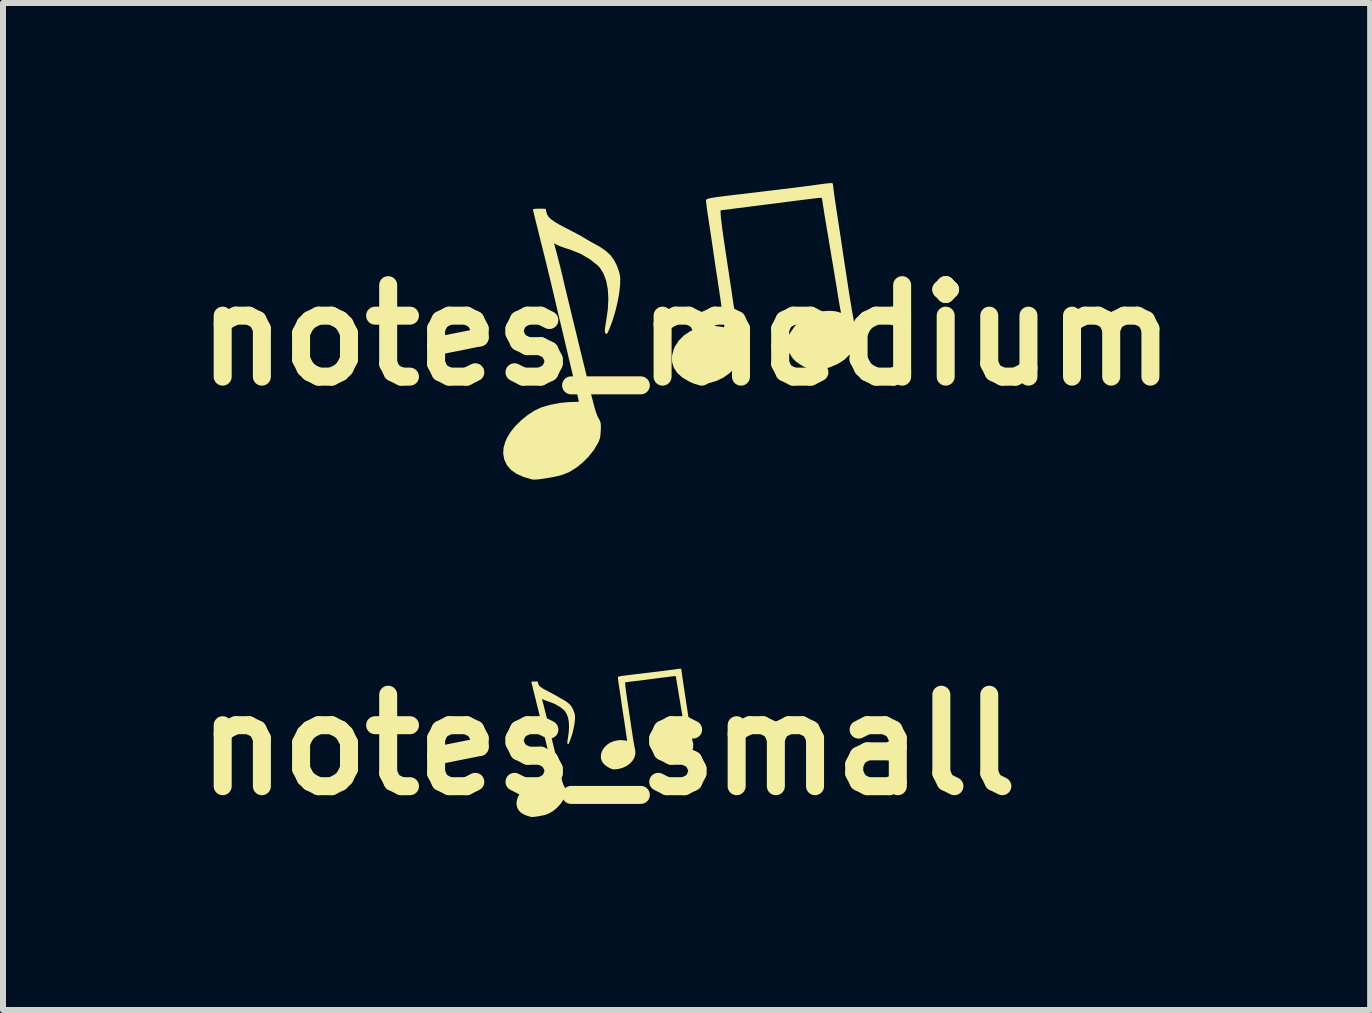
<source format=kicad_pcb>
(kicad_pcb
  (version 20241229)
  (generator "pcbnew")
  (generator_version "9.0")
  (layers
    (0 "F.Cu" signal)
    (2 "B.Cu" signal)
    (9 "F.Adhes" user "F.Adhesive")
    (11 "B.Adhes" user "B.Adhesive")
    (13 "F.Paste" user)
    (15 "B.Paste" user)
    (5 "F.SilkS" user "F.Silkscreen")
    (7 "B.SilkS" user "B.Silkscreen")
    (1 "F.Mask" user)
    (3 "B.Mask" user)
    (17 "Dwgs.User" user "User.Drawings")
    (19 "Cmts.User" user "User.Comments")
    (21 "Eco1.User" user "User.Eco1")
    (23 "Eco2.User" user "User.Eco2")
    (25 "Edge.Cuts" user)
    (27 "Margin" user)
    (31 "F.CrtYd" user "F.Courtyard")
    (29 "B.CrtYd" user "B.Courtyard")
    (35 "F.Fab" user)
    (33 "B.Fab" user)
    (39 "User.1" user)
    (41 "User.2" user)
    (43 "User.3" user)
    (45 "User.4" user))
  (footprint "notes_small"
    (layer "F.Cu")
    (at 7.083 9.36)
    (property "Reference" "notes_small" (at 0 0 0) (layer "F.SilkS") (effects (font (size 1.524 1.524) (thickness 0.3))))
    (attr board_only exclude_from_pos_files exclude_from_bom)
    (fp_poly (pts (xy -1.226 -1.054) (xy -1.173 -1.054) (xy -1.167 -1.023) (xy -1.161 -1.004) (xy -1.149 -0.986) (xy -1.129 -0.967) (xy -1.101 -0.946) (xy -1.062 -0.923) (xy -1.012 -0.897) (xy -0.998 -0.889) (xy -0.958 -0.869) (xy -0.921 -0.849) (xy -0.888 -0.831) (xy -0.864 -0.818) (xy -0.857 -0.813) (xy -0.828 -0.796) (xy -0.796 -0.778) (xy -0.78 -0.769) (xy -0.72 -0.735) (xy -0.672 -0.702) (xy -0.634 -0.667) (xy -0.605 -0.628) (xy -0.581 -0.582) (xy -0.566 -0.541) (xy -0.558 -0.515) (xy -0.554 -0.493) (xy -0.552 -0.468) (xy -0.553 -0.437) (xy -0.554 -0.414) (xy -0.561 -0.351) (xy -0.574 -0.28) (xy -0.591 -0.206) (xy -0.613 -0.134) (xy -0.629 -0.088) (xy -0.643 -0.053) (xy -0.653 -0.029) (xy -0.66 -0.016) (xy -0.666 -0.011) (xy -0.672 -0.013) (xy -0.676 -0.018) (xy -0.68 -0.025) (xy -0.681 -0.038) (xy -0.679 -0.057) (xy -0.675 -0.087) (xy -0.669 -0.123) (xy -0.656 -0.218) (xy -0.652 -0.306) (xy -0.656 -0.385) (xy -0.669 -0.454) (xy -0.691 -0.513) (xy -0.722 -0.562) (xy -0.74 -0.582) (xy -0.806 -0.634) (xy -0.883 -0.678) (xy -0.969 -0.713) (xy -0.993 -0.721) (xy -1.024 -0.731) (xy -1.054 -0.742) (xy -1.076 -0.751) (xy -1.076 -0.751) (xy -1.104 -0.766) (xy -1.099 -0.749) (xy -1.095 -0.734) (xy -1.088 -0.708) (xy -1.079 -0.674) (xy -1.069 -0.635) (xy -1.059 -0.594) (xy -1.049 -0.554) (xy -1.04 -0.519) (xy -1.033 -0.491) (xy -1.029 -0.474) (xy -1.028 -0.467) (xy -1.025 -0.456) (xy -1.022 -0.443) (xy -1.018 -0.424) (xy -1.012 -0.4) (xy -1.005 -0.369) (xy -0.995 -0.331) (xy -0.984 -0.284) (xy -0.97 -0.227) (xy -0.954 -0.159) (xy -0.935 -0.08) (xy -0.912 0.012) (xy -0.901 0.059) (xy -0.875 0.164) (xy -0.853 0.256) (xy -0.833 0.336) (xy -0.816 0.405) (xy -0.802 0.463) (xy -0.79 0.512) (xy -0.779 0.552) (xy -0.771 0.585) (xy -0.764 0.611) (xy -0.757 0.632) (xy -0.752 0.648) (xy -0.748 0.661) (xy -0.743 0.671) (xy -0.739 0.679) (xy -0.735 0.687) (xy -0.734 0.688) (xy -0.723 0.709) (xy -0.717 0.726) (xy -0.714 0.744) (xy -0.714 0.768) (xy -0.714 0.792) (xy -0.717 0.829) (xy -0.722 0.857) (xy -0.73 0.881) (xy -0.737 0.897) (xy -0.772 0.955) (xy -0.816 1.011) (xy -0.867 1.062) (xy -0.922 1.106) (xy -0.979 1.14) (xy -1.035 1.163) (xy -1.037 1.164) (xy -1.073 1.173) (xy -1.113 1.181) (xy -1.156 1.189) (xy -1.198 1.196) (xy -1.235 1.2) (xy -1.264 1.203) (xy -1.282 1.202) (xy -1.283 1.202) (xy -1.356 1.181) (xy -1.416 1.154) (xy -1.463 1.121) (xy -1.497 1.082) (xy -1.518 1.036) (xy -1.519 1.033) (xy -1.527 0.985) (xy -1.524 0.938) (xy -1.51 0.886) (xy -1.495 0.854) (xy -1.466 0.805) (xy -1.426 0.756) (xy -1.377 0.708) (xy -1.323 0.665) (xy -1.268 0.629) (xy -1.214 0.603) (xy -1.205 0.6) (xy -1.135 0.579) (xy -1.06 0.565) (xy -0.987 0.557) (xy -0.962 0.556) (xy -0.933 0.556) (xy -0.911 0.554) (xy -0.899 0.552) (xy -0.897 0.552) (xy -0.899 0.543) (xy -0.904 0.521) (xy -0.912 0.485) (xy -0.923 0.436) (xy -0.938 0.374) (xy -0.955 0.301) (xy -0.975 0.215) (xy -0.998 0.118) (xy -1.018 0.033) (xy -1.034 -0.032) (xy -1.051 -0.104) (xy -1.068 -0.178) (xy -1.085 -0.25) (xy -1.1 -0.315) (xy -1.107 -0.342) (xy -1.119 -0.393) (xy -1.134 -0.456) (xy -1.151 -0.526) (xy -1.169 -0.6) (xy -1.188 -0.674) (xy -1.206 -0.747) (xy -1.214 -0.78) (xy -1.229 -0.84) (xy -1.243 -0.895) (xy -1.255 -0.945) (xy -1.265 -0.986) (xy -1.273 -1.018) (xy -1.278 -1.04) (xy -1.28 -1.048) (xy -1.28 -1.048) (xy -1.273 -1.052) (xy -1.255 -1.054) (xy -1.23 -1.055)) (stroke (width 0) (type solid)) (fill yes) (layer "F.SilkS"))
    (fp_poly (pts (xy 1.215 -1.268) (xy 1.219 -1.258) (xy 1.221 -1.247) (xy 1.222 -1.235) (xy 1.225 -1.211) (xy 1.23 -1.177) (xy 1.236 -1.135) (xy 1.243 -1.086) (xy 1.25 -1.04) (xy 1.257 -0.992) (xy 1.266 -0.933) (xy 1.276 -0.864) (xy 1.288 -0.788) (xy 1.3 -0.708) (xy 1.313 -0.625) (xy 1.325 -0.543) (xy 1.334 -0.482) (xy 1.345 -0.408) (xy 1.357 -0.338) (xy 1.367 -0.272) (xy 1.377 -0.213) (xy 1.386 -0.162) (xy 1.394 -0.12) (xy 1.4 -0.089) (xy 1.404 -0.071) (xy 1.405 -0.07) (xy 1.418 -0.014) (xy 1.417 0.037) (xy 1.404 0.087) (xy 1.398 0.099) (xy 1.364 0.155) (xy 1.318 0.201) (xy 1.261 0.239) (xy 1.192 0.268) (xy 1.185 0.27) (xy 1.15 0.28) (xy 1.122 0.285) (xy 1.094 0.286) (xy 1.067 0.285) (xy 1.034 0.282) (xy 1.01 0.276) (xy 0.986 0.267) (xy 0.957 0.251) (xy 0.912 0.22) (xy 0.879 0.186) (xy 0.858 0.146) (xy 0.845 0.097) (xy 0.842 0.076) (xy 0.84 0.051) (xy 0.841 0.032) (xy 0.847 0.014) (xy 0.859 -0.011) (xy 0.861 -0.016) (xy 0.9 -0.074) (xy 0.949 -0.122) (xy 1.008 -0.16) (xy 1.076 -0.187) (xy 1.11 -0.196) (xy 1.151 -0.201) (xy 1.192 -0.203) (xy 1.231 -0.201) (xy 1.262 -0.195) (xy 1.274 -0.19) (xy 1.285 -0.186) (xy 1.286 -0.192) (xy 1.284 -0.2) (xy 1.281 -0.213) (xy 1.277 -0.238) (xy 1.271 -0.271) (xy 1.265 -0.308) (xy 1.265 -0.313) (xy 1.26 -0.34) (xy 1.254 -0.379) (xy 1.245 -0.43) (xy 1.236 -0.488) (xy 1.225 -0.554) (xy 1.213 -0.624) (xy 1.201 -0.697) (xy 1.191 -0.757) (xy 1.179 -0.828) (xy 1.168 -0.894) (xy 1.158 -0.956) (xy 1.149 -1.01) (xy 1.141 -1.056) (xy 1.136 -1.091) (xy 1.132 -1.116) (xy 1.13 -1.127) (xy 1.13 -1.127) (xy 1.129 -1.139) (xy 1.124 -1.144) (xy 1.112 -1.145) (xy 1.09 -1.143) (xy 1.088 -1.143) (xy 1.073 -1.141) (xy 1.045 -1.138) (xy 1.006 -1.133) (xy 0.956 -1.126) (xy 0.898 -1.119) (xy 0.833 -1.111) (xy 0.763 -1.102) (xy 0.689 -1.092) (xy 0.666 -1.089) (xy 0.283 -1.041) (xy 0.285 -0.996) (xy 0.286 -0.979) (xy 0.29 -0.949) (xy 0.295 -0.908) (xy 0.302 -0.859) (xy 0.31 -0.803) (xy 0.318 -0.743) (xy 0.327 -0.688) (xy 0.338 -0.615) (xy 0.349 -0.537) (xy 0.362 -0.457) (xy 0.373 -0.378) (xy 0.384 -0.305) (xy 0.394 -0.242) (xy 0.397 -0.221) (xy 0.406 -0.164) (xy 0.414 -0.109) (xy 0.423 -0.057) (xy 0.431 -0.013) (xy 0.437 0.022) (xy 0.442 0.044) (xy 0.452 0.097) (xy 0.454 0.143) (xy 0.446 0.185) (xy 0.432 0.222) (xy 0.402 0.271) (xy 0.36 0.315) (xy 0.307 0.352) (xy 0.248 0.381) (xy 0.182 0.4) (xy 0.132 0.408) (xy 0.105 0.409) (xy 0.085 0.409) (xy 0.067 0.405) (xy 0.045 0.396) (xy 0.018 0.384) (xy -0.036 0.351) (xy -0.078 0.313) (xy -0.106 0.27) (xy -0.121 0.223) (xy -0.121 0.173) (xy -0.108 0.119) (xy -0.098 0.097) (xy -0.065 0.045) (xy -0.022 0.002) (xy 0.03 -0.034) (xy 0.09 -0.059) (xy 0.154 -0.075) (xy 0.22 -0.079) (xy 0.287 -0.071) (xy 0.297 -0.069) (xy 0.31 -0.067) (xy 0.315 -0.071) (xy 0.314 -0.086) (xy 0.313 -0.089) (xy 0.311 -0.104) (xy 0.307 -0.13) (xy 0.302 -0.166) (xy 0.295 -0.209) (xy 0.289 -0.256) (xy 0.287 -0.268) (xy 0.279 -0.32) (xy 0.272 -0.371) (xy 0.265 -0.42) (xy 0.258 -0.461) (xy 0.254 -0.491) (xy 0.253 -0.493) (xy 0.248 -0.528) (xy 0.241 -0.573) (xy 0.234 -0.62) (xy 0.228 -0.662) (xy 0.221 -0.711) (xy 0.213 -0.767) (xy 0.205 -0.822) (xy 0.199 -0.86) (xy 0.187 -0.938) (xy 0.177 -1.002) (xy 0.17 -1.052) (xy 0.165 -1.089) (xy 0.163 -1.112) (xy 0.162 -1.122) (xy 0.163 -1.128) (xy 0.168 -1.133) (xy 0.179 -1.138) (xy 0.196 -1.142) (xy 0.222 -1.147) (xy 0.258 -1.152) (xy 0.306 -1.158) (xy 0.366 -1.165) (xy 0.368 -1.166) (xy 0.405 -1.17) (xy 0.452 -1.176) (xy 0.506 -1.182) (xy 0.562 -1.189) (xy 0.614 -1.195) (xy 0.665 -1.201) (xy 0.715 -1.207) (xy 0.762 -1.213) (xy 0.801 -1.217) (xy 0.829 -1.221) (xy 0.831 -1.221) (xy 0.887 -1.228) (xy 0.954 -1.236) (xy 1.027 -1.246) (xy 1.103 -1.256) (xy 1.132 -1.26) (xy 1.164 -1.265) (xy 1.191 -1.267) (xy 1.209 -1.268)) (stroke (width 0) (type solid)) (fill yes) (layer "F.SilkS")))
  (footprint "notes_medium"
    (layer "F.Cu")
    (at 8.389 2.536)
    (property "Reference" "notes_medium" (at 0 0 0) (layer "F.SilkS") (effects (font (size 1.524 1.524) (thickness 0.3))))
    (attr board_only exclude_from_pos_files exclude_from_bom)
    (fp_poly (pts (xy -2.453 -2.109) (xy -2.346 -2.107) (xy -2.334 -2.047) (xy -2.321 -2.008) (xy -2.297 -1.971) (xy -2.258 -1.933) (xy -2.202 -1.893) (xy -2.125 -1.847) (xy -2.024 -1.793) (xy -1.995 -1.779) (xy -1.917 -1.738) (xy -1.842 -1.699) (xy -1.776 -1.663) (xy -1.728 -1.635) (xy -1.714 -1.627) (xy -1.656 -1.592) (xy -1.591 -1.555) (xy -1.56 -1.538) (xy -1.439 -1.471) (xy -1.343 -1.404) (xy -1.268 -1.334) (xy -1.209 -1.255) (xy -1.163 -1.165) (xy -1.132 -1.082) (xy -1.117 -1.03) (xy -1.108 -0.985) (xy -1.104 -0.937) (xy -1.106 -0.875) (xy -1.108 -0.828) (xy -1.122 -0.701) (xy -1.148 -0.559) (xy -1.183 -0.412) (xy -1.225 -0.269) (xy -1.258 -0.176) (xy -1.286 -0.105) (xy -1.306 -0.058) (xy -1.321 -0.032) (xy -1.333 -0.022) (xy -1.344 -0.027) (xy -1.352 -0.036) (xy -1.359 -0.051) (xy -1.362 -0.075) (xy -1.359 -0.115) (xy -1.35 -0.174) (xy -1.338 -0.246) (xy -1.311 -0.437) (xy -1.303 -0.611) (xy -1.312 -0.769) (xy -1.339 -0.908) (xy -1.383 -1.027) (xy -1.443 -1.123) (xy -1.481 -1.164) (xy -1.612 -1.268) (xy -1.766 -1.357) (xy -1.939 -1.427) (xy -1.986 -1.441) (xy -2.048 -1.462) (xy -2.107 -1.483) (xy -2.151 -1.502) (xy -2.152 -1.503) (xy -2.209 -1.532) (xy -2.198 -1.498) (xy -2.19 -1.468) (xy -2.176 -1.416) (xy -2.158 -1.348) (xy -2.138 -1.27) (xy -2.117 -1.188) (xy -2.097 -1.109) (xy -2.08 -1.038) (xy -2.066 -0.982) (xy -2.059 -0.949) (xy -2.055 -0.933) (xy -2.051 -0.913) (xy -2.044 -0.885) (xy -2.036 -0.848) (xy -2.024 -0.8) (xy -2.009 -0.739) (xy -1.991 -0.662) (xy -1.968 -0.568) (xy -1.94 -0.454) (xy -1.908 -0.319) (xy -1.869 -0.16) (xy -1.824 0.024) (xy -1.802 0.118) (xy -1.75 0.329) (xy -1.705 0.513) (xy -1.666 0.673) (xy -1.633 0.81) (xy -1.604 0.926) (xy -1.58 1.023) (xy -1.559 1.104) (xy -1.542 1.169) (xy -1.527 1.222) (xy -1.515 1.263) (xy -1.504 1.296) (xy -1.495 1.321) (xy -1.487 1.341) (xy -1.479 1.358) (xy -1.47 1.374) (xy -1.469 1.376) (xy -1.447 1.417) (xy -1.434 1.451) (xy -1.428 1.488) (xy -1.427 1.537) (xy -1.429 1.585) (xy -1.434 1.658) (xy -1.443 1.714) (xy -1.46 1.763) (xy -1.474 1.794) (xy -1.544 1.911) (xy -1.632 2.022) (xy -1.734 2.124) (xy -1.845 2.212) (xy -1.958 2.281) (xy -2.07 2.326) (xy -2.074 2.327) (xy -2.145 2.345) (xy -2.227 2.363) (xy -2.312 2.378) (xy -2.395 2.391) (xy -2.469 2.401) (xy -2.528 2.405) (xy -2.565 2.404) (xy -2.567 2.404) (xy -2.712 2.362) (xy -2.832 2.309) (xy -2.925 2.243) (xy -2.993 2.164) (xy -3.036 2.072) (xy -3.038 2.065) (xy -3.055 1.971) (xy -3.049 1.875) (xy -3.019 1.773) (xy -2.991 1.708) (xy -2.932 1.611) (xy -2.851 1.511) (xy -2.754 1.416) (xy -2.647 1.329) (xy -2.536 1.257) (xy -2.427 1.205) (xy -2.411 1.199) (xy -2.27 1.159) (xy -2.12 1.129) (xy -1.974 1.114) (xy -1.923 1.112) (xy -1.866 1.111) (xy -1.821 1.109) (xy -1.797 1.105) (xy -1.794 1.103) (xy -1.798 1.086) (xy -1.808 1.041) (xy -1.824 0.97) (xy -1.847 0.872) (xy -1.876 0.749) (xy -1.91 0.601) (xy -1.951 0.43) (xy -1.996 0.237) (xy -2.037 0.066) (xy -2.067 -0.064) (xy -2.102 -0.208) (xy -2.137 -0.356) (xy -2.171 -0.5) (xy -2.201 -0.629) (xy -2.214 -0.684) (xy -2.238 -0.787) (xy -2.268 -0.911) (xy -2.302 -1.051) (xy -2.338 -1.199) (xy -2.375 -1.349) (xy -2.411 -1.493) (xy -2.428 -1.56) (xy -2.458 -1.68) (xy -2.485 -1.791) (xy -2.51 -1.889) (xy -2.53 -1.972) (xy -2.546 -2.037) (xy -2.556 -2.08) (xy -2.559 -2.097) (xy -2.559 -2.097) (xy -2.546 -2.103) (xy -2.51 -2.108) (xy -2.46 -2.109)) (stroke (width 0) (type solid)) (fill yes) (layer "F.SilkS"))
    (fp_poly (pts (xy 2.43 -2.535) (xy 2.439 -2.516) (xy 2.441 -2.494) (xy 2.444 -2.471) (xy 2.45 -2.423) (xy 2.459 -2.354) (xy 2.471 -2.269) (xy 2.486 -2.172) (xy 2.499 -2.079) (xy 2.514 -1.985) (xy 2.532 -1.866) (xy 2.553 -1.729) (xy 2.576 -1.577) (xy 2.6 -1.416) (xy 2.625 -1.251) (xy 2.65 -1.086) (xy 2.669 -0.963) (xy 2.691 -0.816) (xy 2.713 -0.676) (xy 2.734 -0.545) (xy 2.754 -0.426) (xy 2.772 -0.324) (xy 2.787 -0.24) (xy 2.8 -0.179) (xy 2.808 -0.143) (xy 2.809 -0.14) (xy 2.835 -0.029) (xy 2.835 0.074) (xy 2.808 0.173) (xy 2.797 0.199) (xy 2.728 0.309) (xy 2.637 0.402) (xy 2.522 0.477) (xy 2.384 0.535) (xy 2.371 0.539) (xy 2.301 0.559) (xy 2.245 0.57) (xy 2.189 0.572) (xy 2.133 0.57) (xy 2.069 0.564) (xy 2.02 0.553) (xy 1.972 0.533) (xy 1.914 0.501) (xy 1.823 0.439) (xy 1.758 0.371) (xy 1.715 0.292) (xy 1.689 0.195) (xy 1.683 0.152) (xy 1.679 0.102) (xy 1.682 0.064) (xy 1.694 0.027) (xy 1.717 -0.022) (xy 1.722 -0.031) (xy 1.8 -0.147) (xy 1.898 -0.244) (xy 2.017 -0.32) (xy 2.153 -0.374) (xy 2.221 -0.391) (xy 2.301 -0.403) (xy 2.384 -0.407) (xy 2.461 -0.402) (xy 2.523 -0.39) (xy 2.549 -0.38) (xy 2.569 -0.372) (xy 2.572 -0.384) (xy 2.569 -0.399) (xy 2.563 -0.426) (xy 2.554 -0.476) (xy 2.543 -0.541) (xy 2.531 -0.615) (xy 2.529 -0.625) (xy 2.52 -0.679) (xy 2.507 -0.759) (xy 2.491 -0.859) (xy 2.471 -0.977) (xy 2.45 -1.108) (xy 2.426 -1.248) (xy 2.402 -1.394) (xy 2.381 -1.515) (xy 2.358 -1.656) (xy 2.335 -1.789) (xy 2.315 -1.911) (xy 2.297 -2.02) (xy 2.283 -2.111) (xy 2.271 -2.183) (xy 2.264 -2.231) (xy 2.261 -2.254) (xy 2.261 -2.254) (xy 2.258 -2.277) (xy 2.248 -2.288) (xy 2.224 -2.29) (xy 2.179 -2.286) (xy 2.177 -2.286) (xy 2.147 -2.282) (xy 2.09 -2.275) (xy 2.011 -2.265) (xy 1.912 -2.253) (xy 1.796 -2.238) (xy 1.666 -2.222) (xy 1.526 -2.204) (xy 1.378 -2.185) (xy 1.331 -2.179) (xy 0.566 -2.081) (xy 0.57 -1.993) (xy 0.573 -1.958) (xy 0.58 -1.898) (xy 0.59 -1.817) (xy 0.603 -1.718) (xy 0.619 -1.607) (xy 0.637 -1.486) (xy 0.653 -1.375) (xy 0.675 -1.23) (xy 0.699 -1.074) (xy 0.723 -0.913) (xy 0.747 -0.757) (xy 0.768 -0.611) (xy 0.787 -0.484) (xy 0.794 -0.441) (xy 0.811 -0.328) (xy 0.829 -0.217) (xy 0.846 -0.115) (xy 0.862 -0.026) (xy 0.875 0.045) (xy 0.884 0.088) (xy 0.905 0.194) (xy 0.907 0.286) (xy 0.892 0.37) (xy 0.864 0.444) (xy 0.804 0.543) (xy 0.719 0.63) (xy 0.615 0.704) (xy 0.495 0.762) (xy 0.364 0.8) (xy 0.265 0.815) (xy 0.21 0.819) (xy 0.17 0.818) (xy 0.134 0.81) (xy 0.091 0.793) (xy 0.037 0.768) (xy -0.073 0.702) (xy -0.156 0.626) (xy -0.212 0.541) (xy -0.241 0.447) (xy -0.243 0.345) (xy -0.215 0.238) (xy -0.196 0.193) (xy -0.131 0.091) (xy -0.044 0.003) (xy 0.061 -0.067) (xy 0.179 -0.119) (xy 0.307 -0.149) (xy 0.44 -0.158) (xy 0.575 -0.142) (xy 0.593 -0.138) (xy 0.621 -0.134) (xy 0.63 -0.143) (xy 0.627 -0.173) (xy 0.626 -0.178) (xy 0.622 -0.208) (xy 0.614 -0.261) (xy 0.603 -0.333) (xy 0.591 -0.418) (xy 0.577 -0.512) (xy 0.574 -0.537) (xy 0.559 -0.64) (xy 0.544 -0.743) (xy 0.529 -0.839) (xy 0.517 -0.921) (xy 0.508 -0.982) (xy 0.507 -0.985) (xy 0.496 -1.057) (xy 0.482 -1.145) (xy 0.469 -1.24) (xy 0.456 -1.324) (xy 0.442 -1.422) (xy 0.426 -1.534) (xy 0.409 -1.645) (xy 0.398 -1.721) (xy 0.374 -1.876) (xy 0.355 -2.004) (xy 0.34 -2.104) (xy 0.331 -2.177) (xy 0.325 -2.225) (xy 0.324 -2.244) (xy 0.327 -2.256) (xy 0.337 -2.266) (xy 0.358 -2.275) (xy 0.393 -2.284) (xy 0.445 -2.293) (xy 0.516 -2.304) (xy 0.611 -2.316) (xy 0.732 -2.331) (xy 0.735 -2.331) (xy 0.81 -2.34) (xy 0.904 -2.351) (xy 1.012 -2.364) (xy 1.123 -2.377) (xy 1.228 -2.39) (xy 1.33 -2.402) (xy 1.431 -2.414) (xy 1.523 -2.425) (xy 1.601 -2.435) (xy 1.658 -2.441) (xy 1.662 -2.442) (xy 1.774 -2.456) (xy 1.908 -2.473) (xy 2.055 -2.492) (xy 2.207 -2.513) (xy 2.264 -2.521) (xy 2.329 -2.529) (xy 2.382 -2.534) (xy 2.418 -2.536)) (stroke (width 0) (type solid)) (fill yes) (layer "F.SilkS")))
  (gr_rect
    (start -3 -3)
    (end 19.779 13.778)
    (stroke (width 0.1) (type default))
    (fill no)
    (layer "Edge.Cuts")))
</source>
